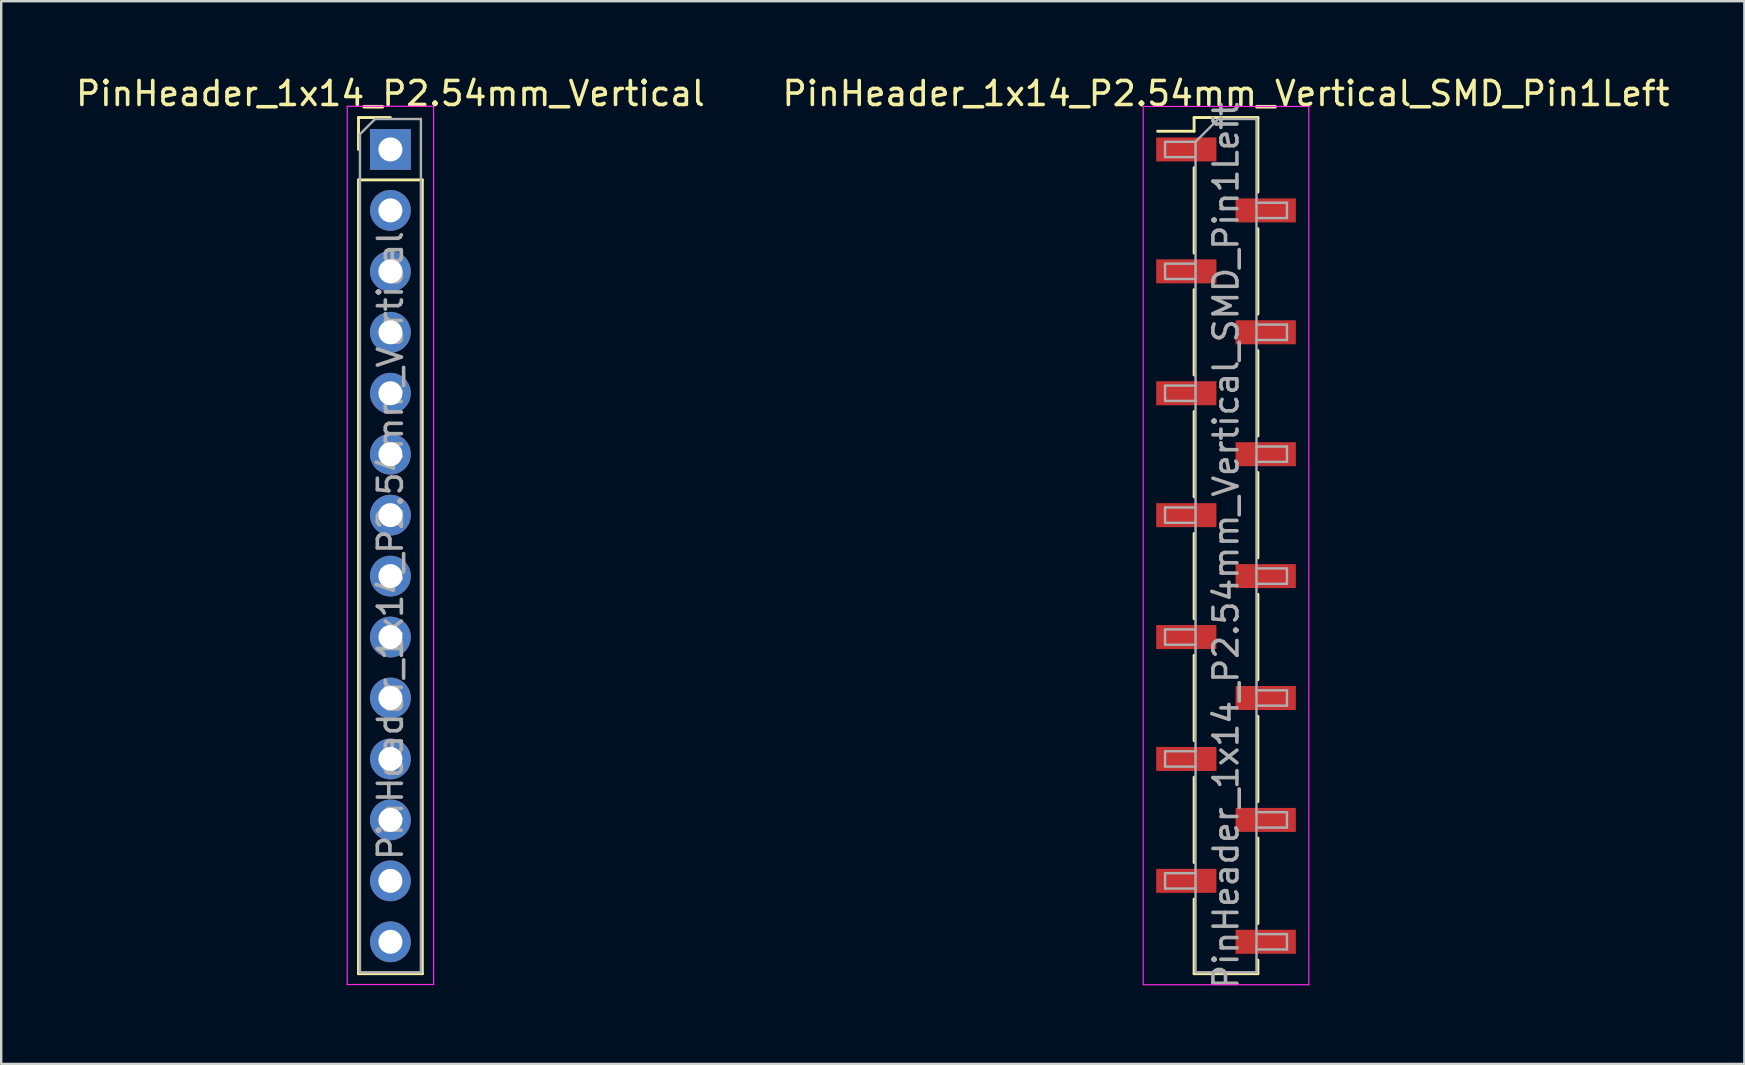
<source format=kicad_pcb>
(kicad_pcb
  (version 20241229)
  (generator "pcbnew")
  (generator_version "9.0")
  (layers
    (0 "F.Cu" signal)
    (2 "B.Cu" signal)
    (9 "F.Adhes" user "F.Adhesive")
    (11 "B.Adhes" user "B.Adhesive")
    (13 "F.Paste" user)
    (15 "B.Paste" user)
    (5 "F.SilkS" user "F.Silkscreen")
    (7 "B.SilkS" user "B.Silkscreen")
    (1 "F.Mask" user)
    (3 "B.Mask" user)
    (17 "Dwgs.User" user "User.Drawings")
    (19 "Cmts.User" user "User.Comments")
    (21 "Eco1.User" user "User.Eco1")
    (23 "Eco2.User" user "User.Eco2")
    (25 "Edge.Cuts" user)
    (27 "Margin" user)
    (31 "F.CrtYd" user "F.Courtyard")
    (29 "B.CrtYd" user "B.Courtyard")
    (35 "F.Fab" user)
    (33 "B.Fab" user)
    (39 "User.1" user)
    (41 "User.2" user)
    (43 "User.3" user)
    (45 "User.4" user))
  (footprint "PinHeader_1x14_P2.54mm_Vertical_SMD_Pin1Left"
    (layer "F.Cu")
    (at 48.042 19.688)
    (property "Reference" "PinHeader_1x14_P2.54mm_Vertical_SMD_Pin1Left" (at 0 -18.84 0) (layer "F.SilkS") (effects (font (size 1 1) (thickness 0.15))))
    (attr smd)
    (fp_line (start -1.33 -17.84) (end -1.33 -17.27) (stroke (width 0.12) (type solid)) (layer "F.SilkS"))
    (fp_line (start -1.33 -17.84) (end 1.33 -17.84) (stroke (width 0.12) (type solid)) (layer "F.SilkS"))
    (fp_line (start -1.33 -17.27) (end -2.85 -17.27) (stroke (width 0.12) (type solid)) (layer "F.SilkS"))
    (fp_line (start -1.33 -15.75) (end -1.33 -12.19) (stroke (width 0.12) (type solid)) (layer "F.SilkS"))
    (fp_line (start -1.33 -10.67) (end -1.33 -7.11) (stroke (width 0.12) (type solid)) (layer "F.SilkS"))
    (fp_line (start -1.33 -5.59) (end -1.33 -2.03) (stroke (width 0.12) (type solid)) (layer "F.SilkS"))
    (fp_line (start -1.33 -0.51) (end -1.33 3.05) (stroke (width 0.12) (type solid)) (layer "F.SilkS"))
    (fp_line (start -1.33 4.57) (end -1.33 8.13) (stroke (width 0.12) (type solid)) (layer "F.SilkS"))
    (fp_line (start -1.33 9.65) (end -1.33 13.21) (stroke (width 0.12) (type solid)) (layer "F.SilkS"))
    (fp_line (start -1.33 14.73) (end -1.33 17.84) (stroke (width 0.12) (type solid)) (layer "F.SilkS"))
    (fp_line (start -1.33 17.84) (end 1.33 17.84) (stroke (width 0.12) (type solid)) (layer "F.SilkS"))
    (fp_line (start 1.33 -17.84) (end 1.33 -14.73) (stroke (width 0.12) (type solid)) (layer "F.SilkS"))
    (fp_line (start 1.33 -13.21) (end 1.33 -9.65) (stroke (width 0.12) (type solid)) (layer "F.SilkS"))
    (fp_line (start 1.33 -8.13) (end 1.33 -4.57) (stroke (width 0.12) (type solid)) (layer "F.SilkS"))
    (fp_line (start 1.33 -3.05) (end 1.33 0.51) (stroke (width 0.12) (type solid)) (layer "F.SilkS"))
    (fp_line (start 1.33 2.03) (end 1.33 5.59) (stroke (width 0.12) (type solid)) (layer "F.SilkS"))
    (fp_line (start 1.33 7.11) (end 1.33 10.67) (stroke (width 0.12) (type solid)) (layer "F.SilkS"))
    (fp_line (start 1.33 12.19) (end 1.33 15.75) (stroke (width 0.12) (type solid)) (layer "F.SilkS"))
    (fp_line (start 1.33 17.27) (end 1.33 17.84) (stroke (width 0.12) (type solid)) (layer "F.SilkS"))
    (fp_line (start -3.45 -18.3) (end -3.45 18.3) (stroke (width 0.05) (type solid)) (layer "F.CrtYd"))
    (fp_line (start -3.45 18.3) (end 3.45 18.3) (stroke (width 0.05) (type solid)) (layer "F.CrtYd"))
    (fp_line (start 3.45 -18.3) (end -3.45 -18.3) (stroke (width 0.05) (type solid)) (layer "F.CrtYd"))
    (fp_line (start 3.45 18.3) (end 3.45 -18.3) (stroke (width 0.05) (type solid)) (layer "F.CrtYd"))
    (fp_line (start -2.54 -16.83) (end -2.54 -16.19) (stroke (width 0.1) (type solid)) (layer "F.Fab"))
    (fp_line (start -2.54 -16.19) (end -1.27 -16.19) (stroke (width 0.1) (type solid)) (layer "F.Fab"))
    (fp_line (start -2.54 -11.75) (end -2.54 -11.11) (stroke (width 0.1) (type solid)) (layer "F.Fab"))
    (fp_line (start -2.54 -11.11) (end -1.27 -11.11) (stroke (width 0.1) (type solid)) (layer "F.Fab"))
    (fp_line (start -2.54 -6.67) (end -2.54 -6.03) (stroke (width 0.1) (type solid)) (layer "F.Fab"))
    (fp_line (start -2.54 -6.03) (end -1.27 -6.03) (stroke (width 0.1) (type solid)) (layer "F.Fab"))
    (fp_line (start -2.54 -1.59) (end -2.54 -0.95) (stroke (width 0.1) (type solid)) (layer "F.Fab"))
    (fp_line (start -2.54 -0.95) (end -1.27 -0.95) (stroke (width 0.1) (type solid)) (layer "F.Fab"))
    (fp_line (start -2.54 3.49) (end -2.54 4.13) (stroke (width 0.1) (type solid)) (layer "F.Fab"))
    (fp_line (start -2.54 4.13) (end -1.27 4.13) (stroke (width 0.1) (type solid)) (layer "F.Fab"))
    (fp_line (start -2.54 8.57) (end -2.54 9.21) (stroke (width 0.1) (type solid)) (layer "F.Fab"))
    (fp_line (start -2.54 9.21) (end -1.27 9.21) (stroke (width 0.1) (type solid)) (layer "F.Fab"))
    (fp_line (start -2.54 13.65) (end -2.54 14.29) (stroke (width 0.1) (type solid)) (layer "F.Fab"))
    (fp_line (start -2.54 14.29) (end -1.27 14.29) (stroke (width 0.1) (type solid)) (layer "F.Fab"))
    (fp_line (start -1.27 -16.83) (end -2.54 -16.83) (stroke (width 0.1) (type solid)) (layer "F.Fab"))
    (fp_line (start -1.27 -16.83) (end -0.32 -17.78) (stroke (width 0.1) (type solid)) (layer "F.Fab"))
    (fp_line (start -1.27 -11.75) (end -2.54 -11.75) (stroke (width 0.1) (type solid)) (layer "F.Fab"))
    (fp_line (start -1.27 -6.67) (end -2.54 -6.67) (stroke (width 0.1) (type solid)) (layer "F.Fab"))
    (fp_line (start -1.27 -1.59) (end -2.54 -1.59) (stroke (width 0.1) (type solid)) (layer "F.Fab"))
    (fp_line (start -1.27 3.49) (end -2.54 3.49) (stroke (width 0.1) (type solid)) (layer "F.Fab"))
    (fp_line (start -1.27 8.57) (end -2.54 8.57) (stroke (width 0.1) (type solid)) (layer "F.Fab"))
    (fp_line (start -1.27 13.65) (end -2.54 13.65) (stroke (width 0.1) (type solid)) (layer "F.Fab"))
    (fp_line (start -1.27 17.78) (end -1.27 -16.83) (stroke (width 0.1) (type solid)) (layer "F.Fab"))
    (fp_line (start -0.32 -17.78) (end 1.27 -17.78) (stroke (width 0.1) (type solid)) (layer "F.Fab"))
    (fp_line (start 1.27 -17.78) (end 1.27 17.78) (stroke (width 0.1) (type solid)) (layer "F.Fab"))
    (fp_line (start 1.27 -14.29) (end 2.54 -14.29) (stroke (width 0.1) (type solid)) (layer "F.Fab"))
    (fp_line (start 1.27 -9.21) (end 2.54 -9.21) (stroke (width 0.1) (type solid)) (layer "F.Fab"))
    (fp_line (start 1.27 -4.13) (end 2.54 -4.13) (stroke (width 0.1) (type solid)) (layer "F.Fab"))
    (fp_line (start 1.27 0.95) (end 2.54 0.95) (stroke (width 0.1) (type solid)) (layer "F.Fab"))
    (fp_line (start 1.27 6.03) (end 2.54 6.03) (stroke (width 0.1) (type solid)) (layer "F.Fab"))
    (fp_line (start 1.27 11.11) (end 2.54 11.11) (stroke (width 0.1) (type solid)) (layer "F.Fab"))
    (fp_line (start 1.27 16.19) (end 2.54 16.19) (stroke (width 0.1) (type solid)) (layer "F.Fab"))
    (fp_line (start 1.27 17.78) (end -1.27 17.78) (stroke (width 0.1) (type solid)) (layer "F.Fab"))
    (fp_line (start 2.54 -14.29) (end 2.54 -13.65) (stroke (width 0.1) (type solid)) (layer "F.Fab"))
    (fp_line (start 2.54 -13.65) (end 1.27 -13.65) (stroke (width 0.1) (type solid)) (layer "F.Fab"))
    (fp_line (start 2.54 -9.21) (end 2.54 -8.57) (stroke (width 0.1) (type solid)) (layer "F.Fab"))
    (fp_line (start 2.54 -8.57) (end 1.27 -8.57) (stroke (width 0.1) (type solid)) (layer "F.Fab"))
    (fp_line (start 2.54 -4.13) (end 2.54 -3.49) (stroke (width 0.1) (type solid)) (layer "F.Fab"))
    (fp_line (start 2.54 -3.49) (end 1.27 -3.49) (stroke (width 0.1) (type solid)) (layer "F.Fab"))
    (fp_line (start 2.54 0.95) (end 2.54 1.59) (stroke (width 0.1) (type solid)) (layer "F.Fab"))
    (fp_line (start 2.54 1.59) (end 1.27 1.59) (stroke (width 0.1) (type solid)) (layer "F.Fab"))
    (fp_line (start 2.54 6.03) (end 2.54 6.67) (stroke (width 0.1) (type solid)) (layer "F.Fab"))
    (fp_line (start 2.54 6.67) (end 1.27 6.67) (stroke (width 0.1) (type solid)) (layer "F.Fab"))
    (fp_line (start 2.54 11.11) (end 2.54 11.75) (stroke (width 0.1) (type solid)) (layer "F.Fab"))
    (fp_line (start 2.54 11.75) (end 1.27 11.75) (stroke (width 0.1) (type solid)) (layer "F.Fab"))
    (fp_line (start 2.54 16.19) (end 2.54 16.83) (stroke (width 0.1) (type solid)) (layer "F.Fab"))
    (fp_line (start 2.54 16.83) (end 1.27 16.83) (stroke (width 0.1) (type solid)) (layer "F.Fab"))
    (fp_text user "${REFERENCE}" (at 0 0 90) (layer "F.Fab") (effects (font (size 1 1) (thickness 0.15))))
    (pad "1" smd rect (at -1.655 -16.51) (size 2.51 1) (layers "F.Cu" "F.Mask" "F.Paste"))
    (pad "2" smd rect (at 1.655 -13.97) (size 2.51 1) (layers "F.Cu" "F.Mask" "F.Paste"))
    (pad "3" smd rect (at -1.655 -11.43) (size 2.51 1) (layers "F.Cu" "F.Mask" "F.Paste"))
    (pad "4" smd rect (at 1.655 -8.89) (size 2.51 1) (layers "F.Cu" "F.Mask" "F.Paste"))
    (pad "5" smd rect (at -1.655 -6.35) (size 2.51 1) (layers "F.Cu" "F.Mask" "F.Paste"))
    (pad "6" smd rect (at 1.655 -3.81) (size 2.51 1) (layers "F.Cu" "F.Mask" "F.Paste"))
    (pad "7" smd rect (at -1.655 -1.27) (size 2.51 1) (layers "F.Cu" "F.Mask" "F.Paste"))
    (pad "8" smd rect (at 1.655 1.27) (size 2.51 1) (layers "F.Cu" "F.Mask" "F.Paste"))
    (pad "9" smd rect (at -1.655 3.81) (size 2.51 1) (layers "F.Cu" "F.Mask" "F.Paste"))
    (pad "10" smd rect (at 1.655 6.35) (size 2.51 1) (layers "F.Cu" "F.Mask" "F.Paste"))
    (pad "11" smd rect (at -1.655 8.89) (size 2.51 1) (layers "F.Cu" "F.Mask" "F.Paste"))
    (pad "12" smd rect (at 1.655 11.43) (size 2.51 1) (layers "F.Cu" "F.Mask" "F.Paste"))
    (pad "13" smd rect (at -1.655 13.97) (size 2.51 1) (layers "F.Cu" "F.Mask" "F.Paste"))
    (pad "14" smd rect (at 1.655 16.51) (size 2.51 1) (layers "F.Cu" "F.Mask" "F.Paste")))
  (footprint "PinHeader_1x14_P2.54mm_Vertical"
    (layer "F.Cu")
    (at 13.22 3.178)
    (property "Reference" "PinHeader_1x14_P2.54mm_Vertical" (at 0 -2.33 0) (layer "F.SilkS") (effects (font (size 1 1) (thickness 0.15))))
    (attr through_hole)
    (fp_line (start -1.33 -1.33) (end 0 -1.33) (stroke (width 0.12) (type solid)) (layer "F.SilkS"))
    (fp_line (start -1.33 0) (end -1.33 -1.33) (stroke (width 0.12) (type solid)) (layer "F.SilkS"))
    (fp_line (start -1.33 1.27) (end -1.33 34.35) (stroke (width 0.12) (type solid)) (layer "F.SilkS"))
    (fp_line (start -1.33 1.27) (end 1.33 1.27) (stroke (width 0.12) (type solid)) (layer "F.SilkS"))
    (fp_line (start -1.33 34.35) (end 1.33 34.35) (stroke (width 0.12) (type solid)) (layer "F.SilkS"))
    (fp_line (start 1.33 1.27) (end 1.33 34.35) (stroke (width 0.12) (type solid)) (layer "F.SilkS"))
    (fp_line (start -1.8 -1.8) (end -1.8 34.8) (stroke (width 0.05) (type solid)) (layer "F.CrtYd"))
    (fp_line (start -1.8 34.8) (end 1.8 34.8) (stroke (width 0.05) (type solid)) (layer "F.CrtYd"))
    (fp_line (start 1.8 -1.8) (end -1.8 -1.8) (stroke (width 0.05) (type solid)) (layer "F.CrtYd"))
    (fp_line (start 1.8 34.8) (end 1.8 -1.8) (stroke (width 0.05) (type solid)) (layer "F.CrtYd"))
    (fp_line (start -1.27 -0.635) (end -0.635 -1.27) (stroke (width 0.1) (type solid)) (layer "F.Fab"))
    (fp_line (start -1.27 34.29) (end -1.27 -0.635) (stroke (width 0.1) (type solid)) (layer "F.Fab"))
    (fp_line (start -0.635 -1.27) (end 1.27 -1.27) (stroke (width 0.1) (type solid)) (layer "F.Fab"))
    (fp_line (start 1.27 -1.27) (end 1.27 34.29) (stroke (width 0.1) (type solid)) (layer "F.Fab"))
    (fp_line (start 1.27 34.29) (end -1.27 34.29) (stroke (width 0.1) (type solid)) (layer "F.Fab"))
    (fp_text user "${REFERENCE}" (at 0 16.51 90) (layer "F.Fab") (effects (font (size 1 1) (thickness 0.15))))
    (pad "1" thru_hole rect (at 0 0) (size 1.7 1.7) (drill 1) (layers "*.Cu" "*.Mask"))
    (pad "2" thru_hole oval (at 0 2.54) (size 1.7 1.7) (drill 1) (layers "*.Cu" "*.Mask"))
    (pad "3" thru_hole oval (at 0 5.08) (size 1.7 1.7) (drill 1) (layers "*.Cu" "*.Mask"))
    (pad "4" thru_hole oval (at 0 7.62) (size 1.7 1.7) (drill 1) (layers "*.Cu" "*.Mask"))
    (pad "5" thru_hole oval (at 0 10.16) (size 1.7 1.7) (drill 1) (layers "*.Cu" "*.Mask"))
    (pad "6" thru_hole oval (at 0 12.7) (size 1.7 1.7) (drill 1) (layers "*.Cu" "*.Mask"))
    (pad "7" thru_hole oval (at 0 15.24) (size 1.7 1.7) (drill 1) (layers "*.Cu" "*.Mask"))
    (pad "8" thru_hole oval (at 0 17.78) (size 1.7 1.7) (drill 1) (layers "*.Cu" "*.Mask"))
    (pad "9" thru_hole oval (at 0 20.32) (size 1.7 1.7) (drill 1) (layers "*.Cu" "*.Mask"))
    (pad "10" thru_hole oval (at 0 22.86) (size 1.7 1.7) (drill 1) (layers "*.Cu" "*.Mask"))
    (pad "11" thru_hole oval (at 0 25.4) (size 1.7 1.7) (drill 1) (layers "*.Cu" "*.Mask"))
    (pad "12" thru_hole oval (at 0 27.94) (size 1.7 1.7) (drill 1) (layers "*.Cu" "*.Mask"))
    (pad "13" thru_hole oval (at 0 30.48) (size 1.7 1.7) (drill 1) (layers "*.Cu" "*.Mask"))
    (pad "14" thru_hole oval (at 0 33.02) (size 1.7 1.7) (drill 1) (layers "*.Cu" "*.Mask")))
  (gr_rect
    (start -3 -3)
    (end 69.643 41.289)
    (stroke (width 0.1) (type default))
    (fill no)
    (layer "Edge.Cuts")))
</source>
